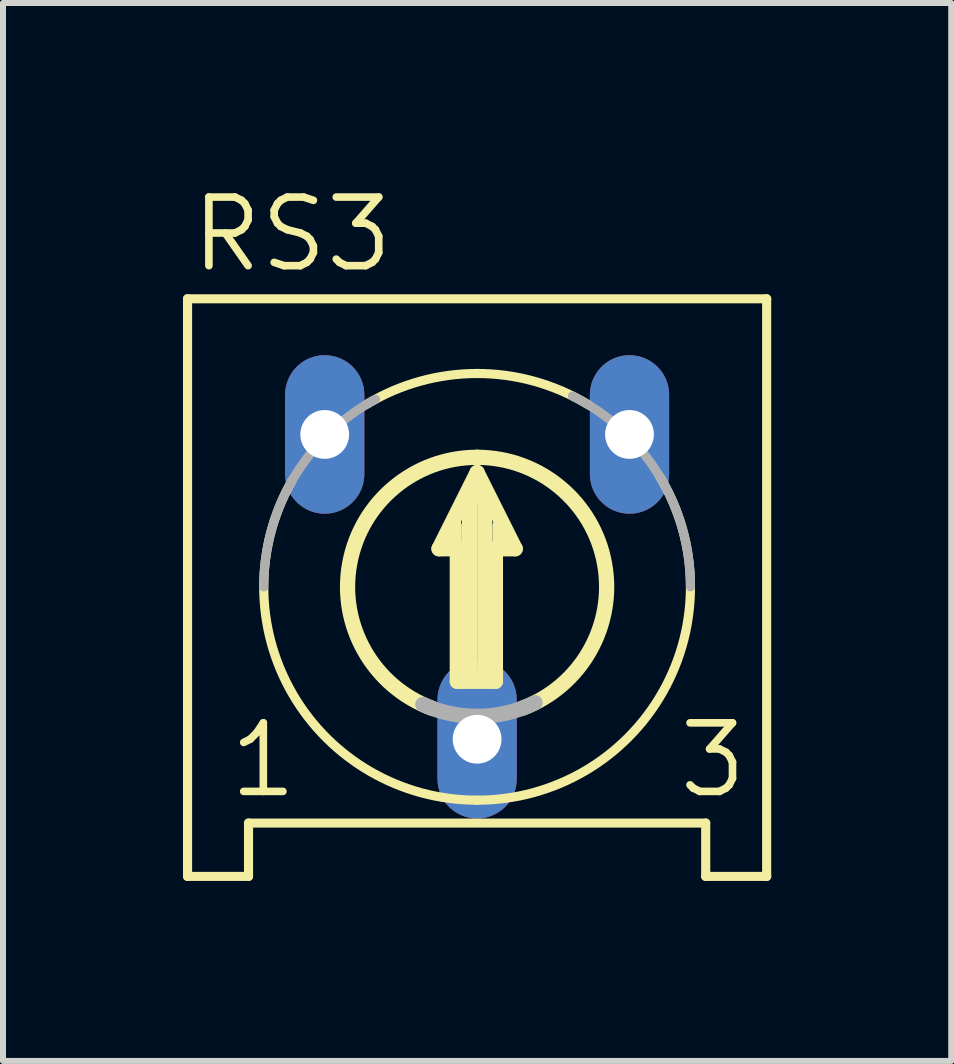
<source format=kicad_pcb>
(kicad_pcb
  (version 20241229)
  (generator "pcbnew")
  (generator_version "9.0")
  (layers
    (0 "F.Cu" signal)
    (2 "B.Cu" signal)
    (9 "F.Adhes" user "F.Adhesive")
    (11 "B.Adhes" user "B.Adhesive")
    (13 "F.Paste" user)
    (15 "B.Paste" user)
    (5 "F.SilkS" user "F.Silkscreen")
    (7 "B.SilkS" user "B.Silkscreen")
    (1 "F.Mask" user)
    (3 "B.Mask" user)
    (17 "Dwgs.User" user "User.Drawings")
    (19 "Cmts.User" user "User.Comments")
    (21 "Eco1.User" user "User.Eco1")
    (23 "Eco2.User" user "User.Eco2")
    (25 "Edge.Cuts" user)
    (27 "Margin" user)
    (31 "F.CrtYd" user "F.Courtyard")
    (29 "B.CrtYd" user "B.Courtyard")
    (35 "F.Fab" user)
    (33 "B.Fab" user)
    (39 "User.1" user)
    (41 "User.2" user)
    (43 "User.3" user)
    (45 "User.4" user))
  (footprint "RS3"
    (layer "F.Cu")
    (at 4.902 6.731)
    (property "Reference" "RS3" (at -4.826 -5.207 0) (layer "F.SilkS") (effects (font (size 1.143 1.143) (thickness 0.127)) (justify left bottom)))
    (fp_line (start -4.826 -4.801) (end -4.826 4.826) (stroke (width 0.152) (type solid)) (layer "F.SilkS"))
    (fp_line (start -4.826 4.826) (end -3.81 4.826) (stroke (width 0.152) (type solid)) (layer "F.SilkS"))
    (fp_line (start -3.81 3.937) (end -3.81 4.826) (stroke (width 0.152) (type solid)) (layer "F.SilkS"))
    (fp_line (start -0.635 -0.635) (end -0.381 -0.635) (stroke (width 0.254) (type solid)) (layer "F.SilkS"))
    (fp_line (start -0.381 -1.016) (end -0.381 -0.635) (stroke (width 0.254) (type solid)) (layer "F.SilkS"))
    (fp_line (start -0.381 -0.635) (end -0.33 -0.635) (stroke (width 0.254) (type solid)) (layer "F.SilkS"))
    (fp_line (start -0.33 -0.635) (end -0.33 1.575) (stroke (width 0.254) (type solid)) (layer "F.SilkS"))
    (fp_line (start -0.33 -0.635) (end -0.254 -0.635) (stroke (width 0.254) (type solid)) (layer "F.SilkS"))
    (fp_line (start -0.33 1.575) (end 0.305 1.575) (stroke (width 0.254) (type solid)) (layer "F.SilkS"))
    (fp_line (start -0.127 -1.524) (end -0.127 1.524) (stroke (width 0.254) (type solid)) (layer "F.SilkS"))
    (fp_line (start -0.127 -1.524) (end 0.127 -1.524) (stroke (width 0.254) (type solid)) (layer "F.SilkS"))
    (fp_line (start 0 -1.905) (end -0.635 -0.635) (stroke (width 0.254) (type solid)) (layer "F.SilkS"))
    (fp_line (start 0 1.524) (end -0.127 1.524) (stroke (width 0.254) (type solid)) (layer "F.SilkS"))
    (fp_line (start 0.127 -1.524) (end 0.127 1.524) (stroke (width 0.254) (type solid)) (layer "F.SilkS"))
    (fp_line (start 0.254 -0.635) (end 0.305 -0.635) (stroke (width 0.254) (type solid)) (layer "F.SilkS"))
    (fp_line (start 0.305 -0.635) (end 0.381 -0.635) (stroke (width 0.254) (type solid)) (layer "F.SilkS"))
    (fp_line (start 0.305 1.575) (end 0.305 -0.635) (stroke (width 0.254) (type solid)) (layer "F.SilkS"))
    (fp_line (start 0.381 -1.016) (end 0.381 -0.635) (stroke (width 0.254) (type solid)) (layer "F.SilkS"))
    (fp_line (start 0.381 -0.635) (end 0.635 -0.635) (stroke (width 0.254) (type solid)) (layer "F.SilkS"))
    (fp_line (start 0.635 -0.635) (end 0 -1.905) (stroke (width 0.254) (type solid)) (layer "F.SilkS"))
    (fp_line (start 3.81 3.937) (end -3.81 3.937) (stroke (width 0.152) (type solid)) (layer "F.SilkS"))
    (fp_line (start 3.81 3.937) (end 3.81 4.826) (stroke (width 0.152) (type solid)) (layer "F.SilkS"))
    (fp_line (start 4.826 -4.801) (end -4.826 -4.801) (stroke (width 0.152) (type solid)) (layer "F.SilkS"))
    (fp_line (start 4.826 4.826) (end 3.81 4.826) (stroke (width 0.152) (type solid)) (layer "F.SilkS"))
    (fp_line (start 4.826 4.826) (end 4.826 -4.801) (stroke (width 0.152) (type solid)) (layer "F.SilkS"))
    (fp_arc (start -1.8295 -3.0492) (mid -0.949195 -3.426942) (end 0 -3.556) (stroke (width 0.1524) (type solid)) (layer "F.SilkS"))
    (fp_arc (start -0.7581 2.0215) (mid -2.124341 -0.385244) (end 0 -2.158999) (stroke (width 0.254) (type solid)) (layer "F.SilkS"))
    (fp_arc (start -0.000001 3.555901) (mid -3.075598 1.784785) (end -3.0875 -1.7643) (stroke (width 0.1524) (type solid)) (layer "F.SilkS"))
    (fp_arc (start 0 -3.556) (mid 0.963148 -3.423101) (end 1.8543 -3.0343) (stroke (width 0.1524) (type solid)) (layer "F.SilkS"))
    (fp_arc (start 0 -2.159) (mid 2.124341 -0.385244) (end 0.7581 2.021501) (stroke (width 0.254) (type solid)) (layer "F.SilkS"))
    (fp_arc (start 3.0493 -1.8295) (mid 3.094424 1.752065) (end 0 3.556) (stroke (width 0.1524) (type solid)) (layer "F.SilkS"))
    (fp_arc (start -3.556 0) (mid -3.055168 -1.819695) (end -1.693699 -3.1268) (stroke (width 0.1524) (type solid)) (layer "F.Fab"))
    (fp_arc (start 0 2.159) (mid -0.463131 2.108739) (end -0.9047 1.9603) (stroke (width 0.254) (type solid)) (layer "F.Fab"))
    (fp_arc (start 0.9655 1.9311) (mid 0.496017 2.101256) (end 0 2.159) (stroke (width 0.254) (type solid)) (layer "F.Fab"))
    (fp_arc (start 1.5903 -3.1806) (mid 3.024922 -1.869508) (end 3.556 0) (stroke (width 0.1524) (type solid)) (layer "F.Fab"))
    (fp_text user "1" (at -4.191 3.556 0) (layer "F.SilkS") (effects (font (size 1.143 1.143) (thickness 0.127)) (justify left bottom)))
    (fp_text user "3" (at 3.302 3.556 0) (layer "F.SilkS") (effects (font (size 1.143 1.143) (thickness 0.127)) (justify left bottom)))
    (pad "A" thru_hole oval (at -2.54 -2.54 90) (size 2.642 1.321) (drill 0.813) (layers "*.Cu" "*.Mask"))
    (pad "E" thru_hole oval (at 2.54 -2.54 90) (size 2.642 1.321) (drill 0.813) (layers "*.Cu" "*.Mask"))
    (pad "S" thru_hole oval (at 0 2.54 90) (size 2.642 1.321) (drill 0.813) (layers "*.Cu" "*.Mask")))
  (gr_rect
    (start -3 -3)
    (end 12.804 14.633)
    (stroke (width 0.1) (type default))
    (fill no)
    (layer "Edge.Cuts")))
</source>
